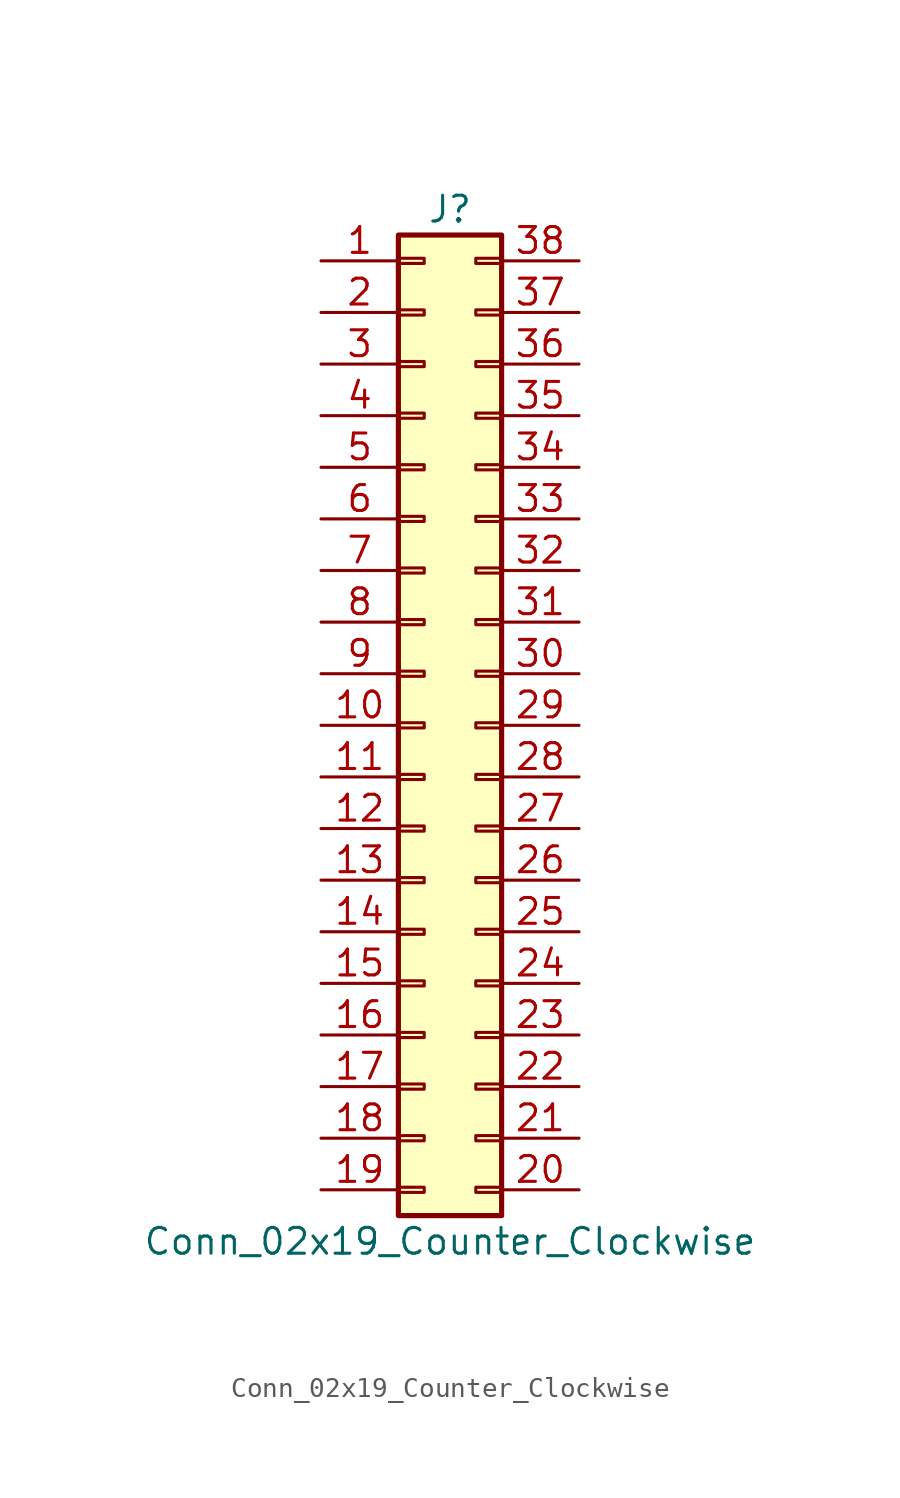
<source format=kicad_sym>
(kicad_symbol_lib
  (version 20220914)
  (generator kicad_symbol_editor)
  (symbol "Conn_02x19_Counter_Clockwise"
    (pin_names
      (offset 1.016) hide)
    (property "Reference" "J"
      (at 1.27 25.4 0)
      (effects (font (size 1.27 1.27))))
    (property "Value" "Conn_02x19_Counter_Clockwise"
      (at 1.27 -25.4 0)
      (effects (font (size 1.27 1.27))))
    (symbol "Conn_02x19_Counter_Clockwise_1_1"
      (rectangle (start -1.27 -22.733) (end 0 -22.987) (stroke (width 0.152) (type solid)) (fill (type none)))
      (rectangle (start -1.27 -20.193) (end 0 -20.447) (stroke (width 0.152) (type solid)) (fill (type none)))
      (rectangle (start -1.27 -17.653) (end 0 -17.907) (stroke (width 0.152) (type solid)) (fill (type none)))
      (rectangle (start -1.27 -15.113) (end 0 -15.367) (stroke (width 0.152) (type solid)) (fill (type none)))
      (rectangle (start -1.27 -12.573) (end 0 -12.827) (stroke (width 0.152) (type solid)) (fill (type none)))
      (rectangle (start -1.27 -10.033) (end 0 -10.287) (stroke (width 0.152) (type solid)) (fill (type none)))
      (rectangle (start -1.27 -7.493) (end 0 -7.747) (stroke (width 0.152) (type solid)) (fill (type none)))
      (rectangle (start -1.27 -4.953) (end 0 -5.207) (stroke (width 0.152) (type solid)) (fill (type none)))
      (rectangle (start -1.27 -2.413) (end 0 -2.667) (stroke (width 0.152) (type solid)) (fill (type none)))
      (rectangle (start -1.27 0.127) (end 0 -0.127) (stroke (width 0.152) (type solid)) (fill (type none)))
      (rectangle (start -1.27 2.667) (end 0 2.413) (stroke (width 0.152) (type solid)) (fill (type none)))
      (rectangle (start -1.27 5.207) (end 0 4.953) (stroke (width 0.152) (type solid)) (fill (type none)))
      (rectangle (start -1.27 7.747) (end 0 7.493) (stroke (width 0.152) (type solid)) (fill (type none)))
      (rectangle (start -1.27 10.287) (end 0 10.033) (stroke (width 0.152) (type solid)) (fill (type none)))
      (rectangle (start -1.27 12.827) (end 0 12.573) (stroke (width 0.152) (type solid)) (fill (type none)))
      (rectangle (start -1.27 15.367) (end 0 15.113) (stroke (width 0.152) (type solid)) (fill (type none)))
      (rectangle (start -1.27 17.907) (end 0 17.653) (stroke (width 0.152) (type solid)) (fill (type none)))
      (rectangle (start -1.27 20.447) (end 0 20.193) (stroke (width 0.152) (type solid)) (fill (type none)))
      (rectangle (start -1.27 22.987) (end 0 22.733) (stroke (width 0.152) (type solid)) (fill (type none)))
      (rectangle (start -1.27 24.13) (end 3.81 -24.13) (stroke (width 0.254) (type solid)) (fill (type background)))
      (rectangle (start 3.81 -22.733) (end 2.54 -22.987) (stroke (width 0.152) (type solid)) (fill (type none)))
      (rectangle (start 3.81 -20.193) (end 2.54 -20.447) (stroke (width 0.152) (type solid)) (fill (type none)))
      (rectangle (start 3.81 -17.653) (end 2.54 -17.907) (stroke (width 0.152) (type solid)) (fill (type none)))
      (rectangle (start 3.81 -15.113) (end 2.54 -15.367) (stroke (width 0.152) (type solid)) (fill (type none)))
      (rectangle (start 3.81 -12.573) (end 2.54 -12.827) (stroke (width 0.152) (type solid)) (fill (type none)))
      (rectangle (start 3.81 -10.033) (end 2.54 -10.287) (stroke (width 0.152) (type solid)) (fill (type none)))
      (rectangle (start 3.81 -7.493) (end 2.54 -7.747) (stroke (width 0.152) (type solid)) (fill (type none)))
      (rectangle (start 3.81 -4.953) (end 2.54 -5.207) (stroke (width 0.152) (type solid)) (fill (type none)))
      (rectangle (start 3.81 -2.413) (end 2.54 -2.667) (stroke (width 0.152) (type solid)) (fill (type none)))
      (rectangle (start 3.81 0.127) (end 2.54 -0.127) (stroke (width 0.152) (type solid)) (fill (type none)))
      (rectangle (start 3.81 2.667) (end 2.54 2.413) (stroke (width 0.152) (type solid)) (fill (type none)))
      (rectangle (start 3.81 5.207) (end 2.54 4.953) (stroke (width 0.152) (type solid)) (fill (type none)))
      (rectangle (start 3.81 7.747) (end 2.54 7.493) (stroke (width 0.152) (type solid)) (fill (type none)))
      (rectangle (start 3.81 10.287) (end 2.54 10.033) (stroke (width 0.152) (type solid)) (fill (type none)))
      (rectangle (start 3.81 12.827) (end 2.54 12.573) (stroke (width 0.152) (type solid)) (fill (type none)))
      (rectangle (start 3.81 15.367) (end 2.54 15.113) (stroke (width 0.152) (type solid)) (fill (type none)))
      (rectangle (start 3.81 17.907) (end 2.54 17.653) (stroke (width 0.152) (type solid)) (fill (type none)))
      (rectangle (start 3.81 20.447) (end 2.54 20.193) (stroke (width 0.152) (type solid)) (fill (type none)))
      (rectangle (start 3.81 22.987) (end 2.54 22.733) (stroke (width 0.152) (type solid)) (fill (type none)))
      (pin passive line (at -5.08 22.86 0) (length 3.81) (name "Pin_1" (effects (font (size 1.27 1.27)))) (number "1" (effects (font (size 1.27 1.27)))))
      (pin passive line (at -5.08 0 0) (length 3.81) (name "Pin_10" (effects (font (size 1.27 1.27)))) (number "10" (effects (font (size 1.27 1.27)))))
      (pin passive line (at -5.08 -2.54 0) (length 3.81) (name "Pin_11" (effects (font (size 1.27 1.27)))) (number "11" (effects (font (size 1.27 1.27)))))
      (pin passive line (at -5.08 -5.08 0) (length 3.81) (name "Pin_12" (effects (font (size 1.27 1.27)))) (number "12" (effects (font (size 1.27 1.27)))))
      (pin passive line (at -5.08 -7.62 0) (length 3.81) (name "Pin_13" (effects (font (size 1.27 1.27)))) (number "13" (effects (font (size 1.27 1.27)))))
      (pin passive line (at -5.08 -10.16 0) (length 3.81) (name "Pin_14" (effects (font (size 1.27 1.27)))) (number "14" (effects (font (size 1.27 1.27)))))
      (pin passive line (at -5.08 -12.7 0) (length 3.81) (name "Pin_15" (effects (font (size 1.27 1.27)))) (number "15" (effects (font (size 1.27 1.27)))))
      (pin passive line (at -5.08 -15.24 0) (length 3.81) (name "Pin_16" (effects (font (size 1.27 1.27)))) (number "16" (effects (font (size 1.27 1.27)))))
      (pin passive line (at -5.08 -17.78 0) (length 3.81) (name "Pin_17" (effects (font (size 1.27 1.27)))) (number "17" (effects (font (size 1.27 1.27)))))
      (pin passive line (at -5.08 -20.32 0) (length 3.81) (name "Pin_18" (effects (font (size 1.27 1.27)))) (number "18" (effects (font (size 1.27 1.27)))))
      (pin passive line (at -5.08 -22.86 0) (length 3.81) (name "Pin_19" (effects (font (size 1.27 1.27)))) (number "19" (effects (font (size 1.27 1.27)))))
      (pin passive line (at -5.08 20.32 0) (length 3.81) (name "Pin_2" (effects (font (size 1.27 1.27)))) (number "2" (effects (font (size 1.27 1.27)))))
      (pin passive line (at 7.62 -22.86 180) (length 3.81) (name "Pin_20" (effects (font (size 1.27 1.27)))) (number "20" (effects (font (size 1.27 1.27)))))
      (pin passive line (at 7.62 -20.32 180) (length 3.81) (name "Pin_21" (effects (font (size 1.27 1.27)))) (number "21" (effects (font (size 1.27 1.27)))))
      (pin passive line (at 7.62 -17.78 180) (length 3.81) (name "Pin_22" (effects (font (size 1.27 1.27)))) (number "22" (effects (font (size 1.27 1.27)))))
      (pin passive line (at 7.62 -15.24 180) (length 3.81) (name "Pin_23" (effects (font (size 1.27 1.27)))) (number "23" (effects (font (size 1.27 1.27)))))
      (pin passive line (at 7.62 -12.7 180) (length 3.81) (name "Pin_24" (effects (font (size 1.27 1.27)))) (number "24" (effects (font (size 1.27 1.27)))))
      (pin passive line (at 7.62 -10.16 180) (length 3.81) (name "Pin_25" (effects (font (size 1.27 1.27)))) (number "25" (effects (font (size 1.27 1.27)))))
      (pin passive line (at 7.62 -7.62 180) (length 3.81) (name "Pin_26" (effects (font (size 1.27 1.27)))) (number "26" (effects (font (size 1.27 1.27)))))
      (pin passive line (at 7.62 -5.08 180) (length 3.81) (name "Pin_27" (effects (font (size 1.27 1.27)))) (number "27" (effects (font (size 1.27 1.27)))))
      (pin passive line (at 7.62 -2.54 180) (length 3.81) (name "Pin_28" (effects (font (size 1.27 1.27)))) (number "28" (effects (font (size 1.27 1.27)))))
      (pin passive line (at 7.62 0 180) (length 3.81) (name "Pin_29" (effects (font (size 1.27 1.27)))) (number "29" (effects (font (size 1.27 1.27)))))
      (pin passive line (at -5.08 17.78 0) (length 3.81) (name "Pin_3" (effects (font (size 1.27 1.27)))) (number "3" (effects (font (size 1.27 1.27)))))
      (pin passive line (at 7.62 2.54 180) (length 3.81) (name "Pin_30" (effects (font (size 1.27 1.27)))) (number "30" (effects (font (size 1.27 1.27)))))
      (pin passive line (at 7.62 5.08 180) (length 3.81) (name "Pin_31" (effects (font (size 1.27 1.27)))) (number "31" (effects (font (size 1.27 1.27)))))
      (pin passive line (at 7.62 7.62 180) (length 3.81) (name "Pin_32" (effects (font (size 1.27 1.27)))) (number "32" (effects (font (size 1.27 1.27)))))
      (pin passive line (at 7.62 10.16 180) (length 3.81) (name "Pin_33" (effects (font (size 1.27 1.27)))) (number "33" (effects (font (size 1.27 1.27)))))
      (pin passive line (at 7.62 12.7 180) (length 3.81) (name "Pin_34" (effects (font (size 1.27 1.27)))) (number "34" (effects (font (size 1.27 1.27)))))
      (pin passive line (at 7.62 15.24 180) (length 3.81) (name "Pin_35" (effects (font (size 1.27 1.27)))) (number "35" (effects (font (size 1.27 1.27)))))
      (pin passive line (at 7.62 17.78 180) (length 3.81) (name "Pin_36" (effects (font (size 1.27 1.27)))) (number "36" (effects (font (size 1.27 1.27)))))
      (pin passive line (at 7.62 20.32 180) (length 3.81) (name "Pin_37" (effects (font (size 1.27 1.27)))) (number "37" (effects (font (size 1.27 1.27)))))
      (pin passive line (at 7.62 22.86 180) (length 3.81) (name "Pin_38" (effects (font (size 1.27 1.27)))) (number "38" (effects (font (size 1.27 1.27)))))
      (pin passive line (at -5.08 15.24 0) (length 3.81) (name "Pin_4" (effects (font (size 1.27 1.27)))) (number "4" (effects (font (size 1.27 1.27)))))
      (pin passive line (at -5.08 12.7 0) (length 3.81) (name "Pin_5" (effects (font (size 1.27 1.27)))) (number "5" (effects (font (size 1.27 1.27)))))
      (pin passive line (at -5.08 10.16 0) (length 3.81) (name "Pin_6" (effects (font (size 1.27 1.27)))) (number "6" (effects (font (size 1.27 1.27)))))
      (pin passive line (at -5.08 7.62 0) (length 3.81) (name "Pin_7" (effects (font (size 1.27 1.27)))) (number "7" (effects (font (size 1.27 1.27)))))
      (pin passive line (at -5.08 5.08 0) (length 3.81) (name "Pin_8" (effects (font (size 1.27 1.27)))) (number "8" (effects (font (size 1.27 1.27)))))
      (pin passive line (at -5.08 2.54 0) (length 3.81) (name "Pin_9" (effects (font (size 1.27 1.27)))) (number "9" (effects (font (size 1.27 1.27))))))))
</source>
